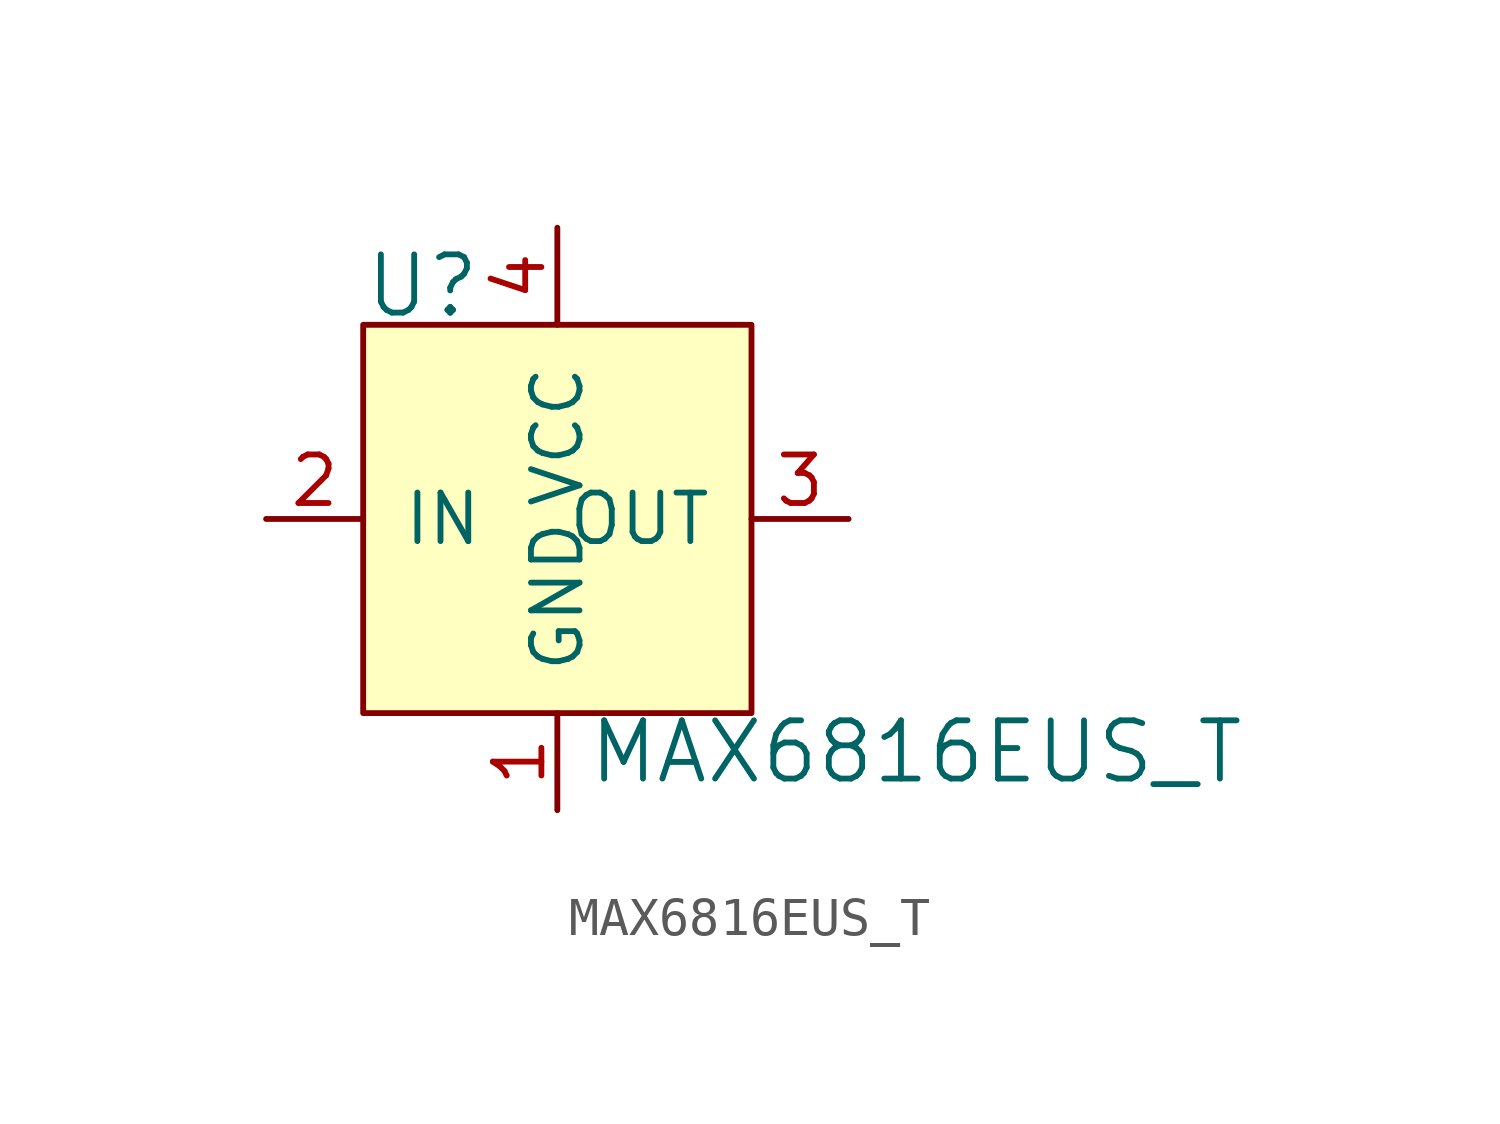
<source format=kicad_sym>
(kicad_symbol_lib
  (version 20201005)
  (generator kicad_symbol_editor)
  (symbol "MAX6816EUS_T"
    (pin_names
      (offset 1.016))
    (property "Reference" "U"
      (at -5.08 1.016 0)
      (effects (font (size 1.524 1.524)) (justify left)))
    (property "Value" "MAX6816EUS_T"
      (at 0.762 -11.176 0)
      (effects (font (size 1.524 1.524)) (justify left)))
    (symbol "MAX6816EUS_T_0_1"
      (rectangle (start -5.08 0) (end 5.08 -10.16) (stroke (width 0)) (fill (type background))))
    (symbol "MAX6816EUS_T_1_1"
      (pin power_in line (at 0 -12.7 90) (length 2.54) (name "GND" (effects (font (size 1.27 1.27)))) (number "1" (effects (font (size 1.27 1.27)))))
      (pin input line (at -7.62 -5.08 0) (length 2.54) (name "IN" (effects (font (size 1.27 1.27)))) (number "2" (effects (font (size 1.27 1.27)))))
      (pin output line (at 7.62 -5.08 180) (length 2.54) (name "OUT" (effects (font (size 1.27 1.27)))) (number "3" (effects (font (size 1.27 1.27)))))
      (pin power_in line (at 0 2.54 270) (length 2.54) (name "VCC" (effects (font (size 1.27 1.27)))) (number "4" (effects (font (size 1.27 1.27))))))))
</source>
